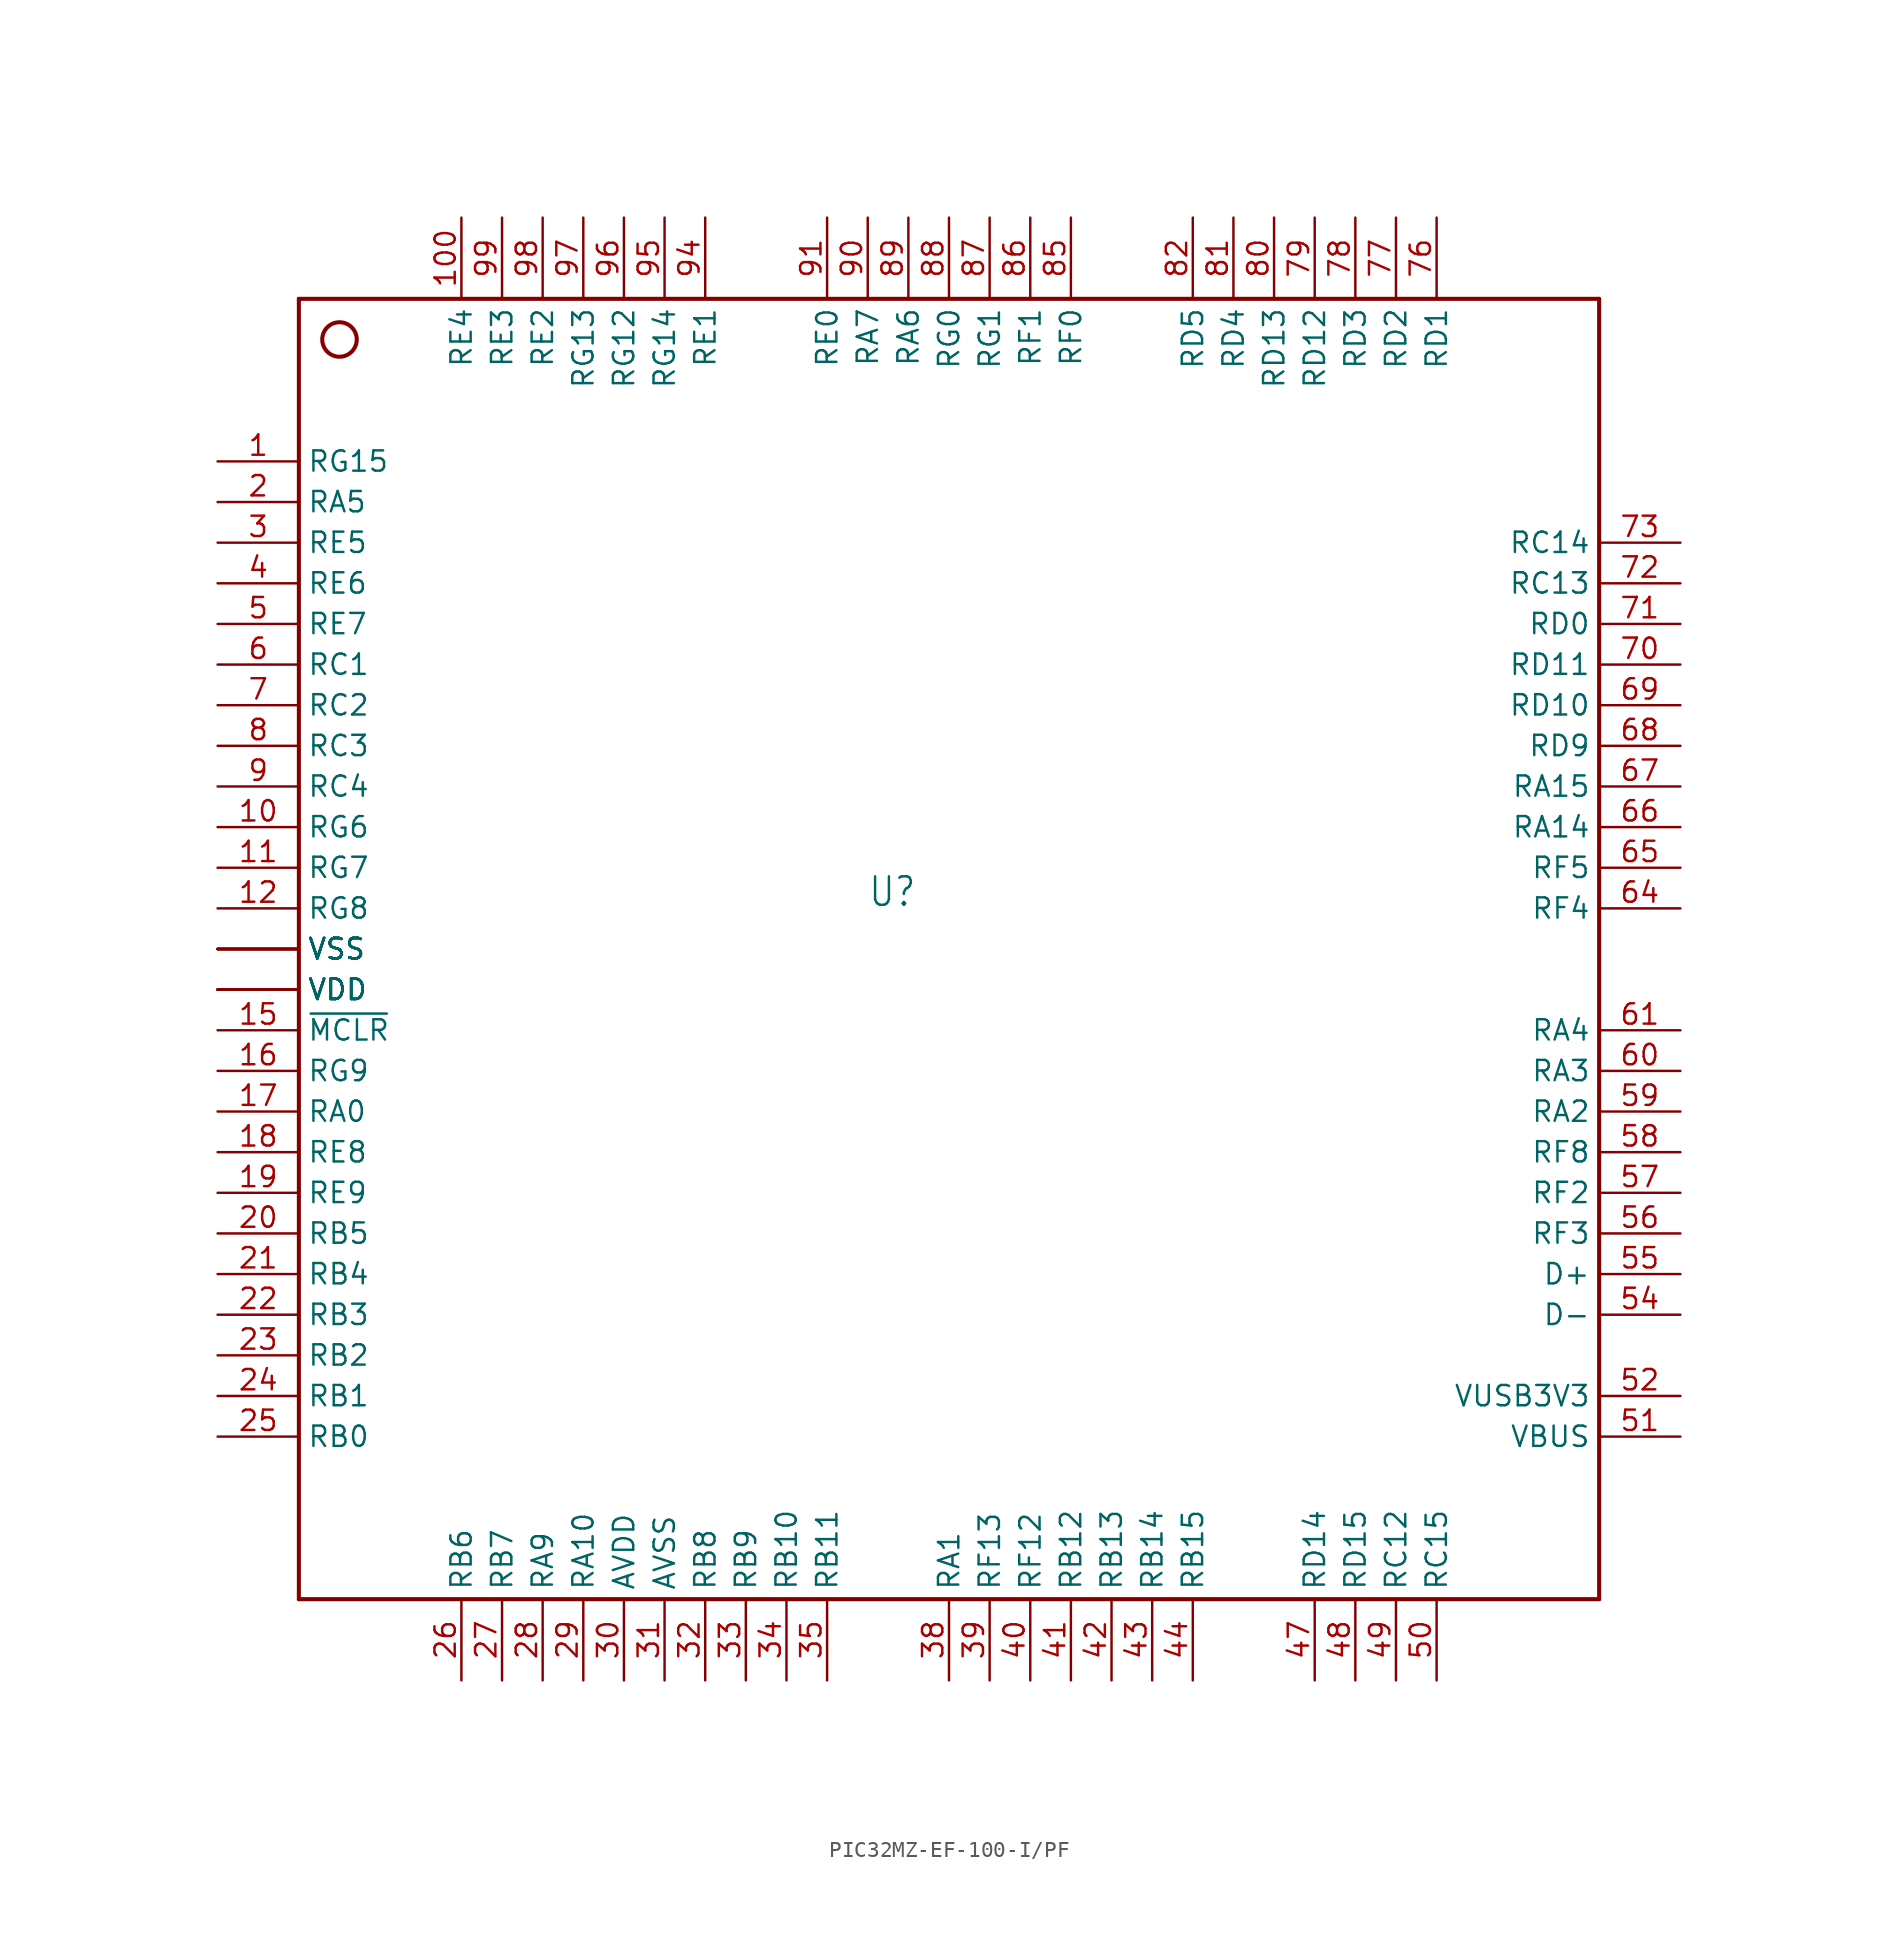
<source format=kicad_sym>
(kicad_symbol_lib
  (version 20231120)
  (generator "kicad_symbol_editor")
  (generator_version "8.0")
  (symbol "PIC32MZ-EF-100-I/PF"
    (property "Reference" "U"
      (at -5.08 2.54 0)
      (effects (font (size 1.778 1.511)) (justify left bottom)))
    (property "Value" ""
      (at -5.08 -5.08 0)
      (effects (font (size 1.778 1.511)) (justify left bottom)))
    (property "ki_locked" ""
      (at 0 0 0)
      (effects (font (size 1.27 1.27))))
    (symbol "PIC32MZ-EF-100-I/PF_1_0"
      (circle (center -38.1 38.1) (radius 1.078) (stroke (width 0.254) (type solid)) (fill (type none)))
      (polyline (pts (xy -40.64 -40.64) (xy -40.64 40.64)) (stroke (width 0.254) (type solid)) (fill (type none)))
      (polyline (pts (xy -40.64 40.64) (xy 40.64 40.64)) (stroke (width 0.254) (type solid)) (fill (type none)))
      (polyline (pts (xy 40.64 -40.64) (xy -40.64 -40.64)) (stroke (width 0.254) (type solid)) (fill (type none)))
      (polyline (pts (xy 40.64 40.64) (xy 40.64 -40.64)) (stroke (width 0.254) (type solid)) (fill (type none)))
      (pin bidirectional line (at -45.72 30.48 0) (length 5.08) (name "RG15" (effects (font (size 1.27 1.27)))) (number "1" (effects (font (size 1.27 1.27)))))
      (pin bidirectional line (at -45.72 7.62 0) (length 5.08) (name "RG6" (effects (font (size 1.27 1.27)))) (number "10" (effects (font (size 1.27 1.27)))))
      (pin bidirectional line (at -30.48 45.72 270) (length 5.08) (name "RE4" (effects (font (size 1.27 1.27)))) (number "100" (effects (font (size 1.27 1.27)))))
      (pin bidirectional line (at -45.72 5.08 0) (length 5.08) (name "RG7" (effects (font (size 1.27 1.27)))) (number "11" (effects (font (size 1.27 1.27)))))
      (pin bidirectional line (at -45.72 2.54 0) (length 5.08) (name "RG8" (effects (font (size 1.27 1.27)))) (number "12" (effects (font (size 1.27 1.27)))))
      (pin bidirectional line (at -45.72 0 0) (length 5.08) (name "VSS" (effects (font (size 1.27 1.27)))) (number "13" (effects (font (size 0 0)))))
      (pin bidirectional line (at -45.72 -2.54 0) (length 5.08) (name "VDD" (effects (font (size 1.27 1.27)))) (number "14" (effects (font (size 0 0)))))
      (pin bidirectional line (at -45.72 -5.08 0) (length 5.08) (name "~{MCLR}" (effects (font (size 1.27 1.27)))) (number "15" (effects (font (size 1.27 1.27)))))
      (pin bidirectional line (at -45.72 -7.62 0) (length 5.08) (name "RG9" (effects (font (size 1.27 1.27)))) (number "16" (effects (font (size 1.27 1.27)))))
      (pin bidirectional line (at -45.72 -10.16 0) (length 5.08) (name "RA0" (effects (font (size 1.27 1.27)))) (number "17" (effects (font (size 1.27 1.27)))))
      (pin bidirectional line (at -45.72 -12.7 0) (length 5.08) (name "RE8" (effects (font (size 1.27 1.27)))) (number "18" (effects (font (size 1.27 1.27)))))
      (pin bidirectional line (at -45.72 -15.24 0) (length 5.08) (name "RE9" (effects (font (size 1.27 1.27)))) (number "19" (effects (font (size 1.27 1.27)))))
      (pin bidirectional line (at -45.72 27.94 0) (length 5.08) (name "RA5" (effects (font (size 1.27 1.27)))) (number "2" (effects (font (size 1.27 1.27)))))
      (pin bidirectional line (at -45.72 -17.78 0) (length 5.08) (name "RB5" (effects (font (size 1.27 1.27)))) (number "20" (effects (font (size 1.27 1.27)))))
      (pin bidirectional line (at -45.72 -20.32 0) (length 5.08) (name "RB4" (effects (font (size 1.27 1.27)))) (number "21" (effects (font (size 1.27 1.27)))))
      (pin bidirectional line (at -45.72 -22.86 0) (length 5.08) (name "RB3" (effects (font (size 1.27 1.27)))) (number "22" (effects (font (size 1.27 1.27)))))
      (pin bidirectional line (at -45.72 -25.4 0) (length 5.08) (name "RB2" (effects (font (size 1.27 1.27)))) (number "23" (effects (font (size 1.27 1.27)))))
      (pin bidirectional line (at -45.72 -27.94 0) (length 5.08) (name "RB1" (effects (font (size 1.27 1.27)))) (number "24" (effects (font (size 1.27 1.27)))))
      (pin bidirectional line (at -45.72 -30.48 0) (length 5.08) (name "RB0" (effects (font (size 1.27 1.27)))) (number "25" (effects (font (size 1.27 1.27)))))
      (pin bidirectional line (at -30.48 -45.72 90) (length 5.08) (name "RB6" (effects (font (size 1.27 1.27)))) (number "26" (effects (font (size 1.27 1.27)))))
      (pin bidirectional line (at -27.94 -45.72 90) (length 5.08) (name "RB7" (effects (font (size 1.27 1.27)))) (number "27" (effects (font (size 1.27 1.27)))))
      (pin bidirectional line (at -25.4 -45.72 90) (length 5.08) (name "RA9" (effects (font (size 1.27 1.27)))) (number "28" (effects (font (size 1.27 1.27)))))
      (pin bidirectional line (at -22.86 -45.72 90) (length 5.08) (name "RA10" (effects (font (size 1.27 1.27)))) (number "29" (effects (font (size 1.27 1.27)))))
      (pin bidirectional line (at -45.72 25.4 0) (length 5.08) (name "RE5" (effects (font (size 1.27 1.27)))) (number "3" (effects (font (size 1.27 1.27)))))
      (pin bidirectional line (at -20.32 -45.72 90) (length 5.08) (name "AVDD" (effects (font (size 1.27 1.27)))) (number "30" (effects (font (size 1.27 1.27)))))
      (pin bidirectional line (at -17.78 -45.72 90) (length 5.08) (name "AVSS" (effects (font (size 1.27 1.27)))) (number "31" (effects (font (size 1.27 1.27)))))
      (pin bidirectional line (at -15.24 -45.72 90) (length 5.08) (name "RB8" (effects (font (size 1.27 1.27)))) (number "32" (effects (font (size 1.27 1.27)))))
      (pin bidirectional line (at -12.7 -45.72 90) (length 5.08) (name "RB9" (effects (font (size 1.27 1.27)))) (number "33" (effects (font (size 1.27 1.27)))))
      (pin bidirectional line (at -10.16 -45.72 90) (length 5.08) (name "RB10" (effects (font (size 1.27 1.27)))) (number "34" (effects (font (size 1.27 1.27)))))
      (pin bidirectional line (at -7.62 -45.72 90) (length 5.08) (name "RB11" (effects (font (size 1.27 1.27)))) (number "35" (effects (font (size 1.27 1.27)))))
      (pin bidirectional line (at -45.72 0 0) (length 5.08) (name "VSS" (effects (font (size 1.27 1.27)))) (number "36" (effects (font (size 0 0)))))
      (pin bidirectional line (at -45.72 -2.54 0) (length 5.08) (name "VDD" (effects (font (size 1.27 1.27)))) (number "37" (effects (font (size 0 0)))))
      (pin bidirectional line (at 0 -45.72 90) (length 5.08) (name "RA1" (effects (font (size 1.27 1.27)))) (number "38" (effects (font (size 1.27 1.27)))))
      (pin bidirectional line (at 2.54 -45.72 90) (length 5.08) (name "RF13" (effects (font (size 1.27 1.27)))) (number "39" (effects (font (size 1.27 1.27)))))
      (pin bidirectional line (at -45.72 22.86 0) (length 5.08) (name "RE6" (effects (font (size 1.27 1.27)))) (number "4" (effects (font (size 1.27 1.27)))))
      (pin bidirectional line (at 5.08 -45.72 90) (length 5.08) (name "RF12" (effects (font (size 1.27 1.27)))) (number "40" (effects (font (size 1.27 1.27)))))
      (pin bidirectional line (at 7.62 -45.72 90) (length 5.08) (name "RB12" (effects (font (size 1.27 1.27)))) (number "41" (effects (font (size 1.27 1.27)))))
      (pin bidirectional line (at 10.16 -45.72 90) (length 5.08) (name "RB13" (effects (font (size 1.27 1.27)))) (number "42" (effects (font (size 1.27 1.27)))))
      (pin bidirectional line (at 12.7 -45.72 90) (length 5.08) (name "RB14" (effects (font (size 1.27 1.27)))) (number "43" (effects (font (size 1.27 1.27)))))
      (pin bidirectional line (at 15.24 -45.72 90) (length 5.08) (name "RB15" (effects (font (size 1.27 1.27)))) (number "44" (effects (font (size 1.27 1.27)))))
      (pin bidirectional line (at -45.72 0 0) (length 5.08) (name "VSS" (effects (font (size 1.27 1.27)))) (number "45" (effects (font (size 0 0)))))
      (pin bidirectional line (at -45.72 -2.54 0) (length 5.08) (name "VDD" (effects (font (size 1.27 1.27)))) (number "46" (effects (font (size 0 0)))))
      (pin bidirectional line (at 22.86 -45.72 90) (length 5.08) (name "RD14" (effects (font (size 1.27 1.27)))) (number "47" (effects (font (size 1.27 1.27)))))
      (pin bidirectional line (at 25.4 -45.72 90) (length 5.08) (name "RD15" (effects (font (size 1.27 1.27)))) (number "48" (effects (font (size 1.27 1.27)))))
      (pin bidirectional line (at 27.94 -45.72 90) (length 5.08) (name "RC12" (effects (font (size 1.27 1.27)))) (number "49" (effects (font (size 1.27 1.27)))))
      (pin bidirectional line (at -45.72 20.32 0) (length 5.08) (name "RE7" (effects (font (size 1.27 1.27)))) (number "5" (effects (font (size 1.27 1.27)))))
      (pin bidirectional line (at 30.48 -45.72 90) (length 5.08) (name "RC15" (effects (font (size 1.27 1.27)))) (number "50" (effects (font (size 1.27 1.27)))))
      (pin bidirectional line (at 45.72 -30.48 180) (length 5.08) (name "VBUS" (effects (font (size 1.27 1.27)))) (number "51" (effects (font (size 1.27 1.27)))))
      (pin bidirectional line (at 45.72 -27.94 180) (length 5.08) (name "VUSB3V3" (effects (font (size 1.27 1.27)))) (number "52" (effects (font (size 1.27 1.27)))))
      (pin bidirectional line (at -45.72 0 0) (length 5.08) (name "VSS" (effects (font (size 1.27 1.27)))) (number "53" (effects (font (size 0 0)))))
      (pin bidirectional line (at 45.72 -22.86 180) (length 5.08) (name "D-" (effects (font (size 1.27 1.27)))) (number "54" (effects (font (size 1.27 1.27)))))
      (pin bidirectional line (at 45.72 -20.32 180) (length 5.08) (name "D+" (effects (font (size 1.27 1.27)))) (number "55" (effects (font (size 1.27 1.27)))))
      (pin bidirectional line (at 45.72 -17.78 180) (length 5.08) (name "RF3" (effects (font (size 1.27 1.27)))) (number "56" (effects (font (size 1.27 1.27)))))
      (pin bidirectional line (at 45.72 -15.24 180) (length 5.08) (name "RF2" (effects (font (size 1.27 1.27)))) (number "57" (effects (font (size 1.27 1.27)))))
      (pin bidirectional line (at 45.72 -12.7 180) (length 5.08) (name "RF8" (effects (font (size 1.27 1.27)))) (number "58" (effects (font (size 1.27 1.27)))))
      (pin bidirectional line (at 45.72 -10.16 180) (length 5.08) (name "RA2" (effects (font (size 1.27 1.27)))) (number "59" (effects (font (size 1.27 1.27)))))
      (pin bidirectional line (at -45.72 17.78 0) (length 5.08) (name "RC1" (effects (font (size 1.27 1.27)))) (number "6" (effects (font (size 1.27 1.27)))))
      (pin bidirectional line (at 45.72 -7.62 180) (length 5.08) (name "RA3" (effects (font (size 1.27 1.27)))) (number "60" (effects (font (size 1.27 1.27)))))
      (pin bidirectional line (at 45.72 -5.08 180) (length 5.08) (name "RA4" (effects (font (size 1.27 1.27)))) (number "61" (effects (font (size 1.27 1.27)))))
      (pin bidirectional line (at -45.72 -2.54 0) (length 5.08) (name "VDD" (effects (font (size 1.27 1.27)))) (number "62" (effects (font (size 0 0)))))
      (pin bidirectional line (at -45.72 0 0) (length 5.08) (name "VSS" (effects (font (size 1.27 1.27)))) (number "63" (effects (font (size 0 0)))))
      (pin bidirectional line (at 45.72 2.54 180) (length 5.08) (name "RF4" (effects (font (size 1.27 1.27)))) (number "64" (effects (font (size 1.27 1.27)))))
      (pin bidirectional line (at 45.72 5.08 180) (length 5.08) (name "RF5" (effects (font (size 1.27 1.27)))) (number "65" (effects (font (size 1.27 1.27)))))
      (pin bidirectional line (at 45.72 7.62 180) (length 5.08) (name "RA14" (effects (font (size 1.27 1.27)))) (number "66" (effects (font (size 1.27 1.27)))))
      (pin bidirectional line (at 45.72 10.16 180) (length 5.08) (name "RA15" (effects (font (size 1.27 1.27)))) (number "67" (effects (font (size 1.27 1.27)))))
      (pin bidirectional line (at 45.72 12.7 180) (length 5.08) (name "RD9" (effects (font (size 1.27 1.27)))) (number "68" (effects (font (size 1.27 1.27)))))
      (pin bidirectional line (at 45.72 15.24 180) (length 5.08) (name "RD10" (effects (font (size 1.27 1.27)))) (number "69" (effects (font (size 1.27 1.27)))))
      (pin bidirectional line (at -45.72 15.24 0) (length 5.08) (name "RC2" (effects (font (size 1.27 1.27)))) (number "7" (effects (font (size 1.27 1.27)))))
      (pin bidirectional line (at 45.72 17.78 180) (length 5.08) (name "RD11" (effects (font (size 1.27 1.27)))) (number "70" (effects (font (size 1.27 1.27)))))
      (pin bidirectional line (at 45.72 20.32 180) (length 5.08) (name "RD0" (effects (font (size 1.27 1.27)))) (number "71" (effects (font (size 1.27 1.27)))))
      (pin bidirectional line (at 45.72 22.86 180) (length 5.08) (name "RC13" (effects (font (size 1.27 1.27)))) (number "72" (effects (font (size 1.27 1.27)))))
      (pin bidirectional line (at 45.72 25.4 180) (length 5.08) (name "RC14" (effects (font (size 1.27 1.27)))) (number "73" (effects (font (size 1.27 1.27)))))
      (pin bidirectional line (at -45.72 -2.54 0) (length 5.08) (name "VDD" (effects (font (size 1.27 1.27)))) (number "74" (effects (font (size 0 0)))))
      (pin bidirectional line (at -45.72 0 0) (length 5.08) (name "VSS" (effects (font (size 1.27 1.27)))) (number "75" (effects (font (size 0 0)))))
      (pin bidirectional line (at 30.48 45.72 270) (length 5.08) (name "RD1" (effects (font (size 1.27 1.27)))) (number "76" (effects (font (size 1.27 1.27)))))
      (pin bidirectional line (at 27.94 45.72 270) (length 5.08) (name "RD2" (effects (font (size 1.27 1.27)))) (number "77" (effects (font (size 1.27 1.27)))))
      (pin bidirectional line (at 25.4 45.72 270) (length 5.08) (name "RD3" (effects (font (size 1.27 1.27)))) (number "78" (effects (font (size 1.27 1.27)))))
      (pin bidirectional line (at 22.86 45.72 270) (length 5.08) (name "RD12" (effects (font (size 1.27 1.27)))) (number "79" (effects (font (size 1.27 1.27)))))
      (pin bidirectional line (at -45.72 12.7 0) (length 5.08) (name "RC3" (effects (font (size 1.27 1.27)))) (number "8" (effects (font (size 1.27 1.27)))))
      (pin bidirectional line (at 20.32 45.72 270) (length 5.08) (name "RD13" (effects (font (size 1.27 1.27)))) (number "80" (effects (font (size 1.27 1.27)))))
      (pin bidirectional line (at 17.78 45.72 270) (length 5.08) (name "RD4" (effects (font (size 1.27 1.27)))) (number "81" (effects (font (size 1.27 1.27)))))
      (pin bidirectional line (at 15.24 45.72 270) (length 5.08) (name "RD5" (effects (font (size 1.27 1.27)))) (number "82" (effects (font (size 1.27 1.27)))))
      (pin bidirectional line (at -45.72 -2.54 0) (length 5.08) (name "VDD" (effects (font (size 1.27 1.27)))) (number "83" (effects (font (size 0 0)))))
      (pin bidirectional line (at -45.72 0 0) (length 5.08) (name "VSS" (effects (font (size 1.27 1.27)))) (number "84" (effects (font (size 0 0)))))
      (pin bidirectional line (at 7.62 45.72 270) (length 5.08) (name "RF0" (effects (font (size 1.27 1.27)))) (number "85" (effects (font (size 1.27 1.27)))))
      (pin bidirectional line (at 5.08 45.72 270) (length 5.08) (name "RF1" (effects (font (size 1.27 1.27)))) (number "86" (effects (font (size 1.27 1.27)))))
      (pin bidirectional line (at 2.54 45.72 270) (length 5.08) (name "RG1" (effects (font (size 1.27 1.27)))) (number "87" (effects (font (size 1.27 1.27)))))
      (pin bidirectional line (at 0 45.72 270) (length 5.08) (name "RG0" (effects (font (size 1.27 1.27)))) (number "88" (effects (font (size 1.27 1.27)))))
      (pin bidirectional line (at -2.54 45.72 270) (length 5.08) (name "RA6" (effects (font (size 1.27 1.27)))) (number "89" (effects (font (size 1.27 1.27)))))
      (pin bidirectional line (at -45.72 10.16 0) (length 5.08) (name "RC4" (effects (font (size 1.27 1.27)))) (number "9" (effects (font (size 1.27 1.27)))))
      (pin bidirectional line (at -5.08 45.72 270) (length 5.08) (name "RA7" (effects (font (size 1.27 1.27)))) (number "90" (effects (font (size 1.27 1.27)))))
      (pin bidirectional line (at -7.62 45.72 270) (length 5.08) (name "RE0" (effects (font (size 1.27 1.27)))) (number "91" (effects (font (size 1.27 1.27)))))
      (pin bidirectional line (at -45.72 0 0) (length 5.08) (name "VSS" (effects (font (size 1.27 1.27)))) (number "92" (effects (font (size 0 0)))))
      (pin bidirectional line (at -45.72 -2.54 0) (length 5.08) (name "VDD" (effects (font (size 1.27 1.27)))) (number "93" (effects (font (size 0 0)))))
      (pin bidirectional line (at -15.24 45.72 270) (length 5.08) (name "RE1" (effects (font (size 1.27 1.27)))) (number "94" (effects (font (size 1.27 1.27)))))
      (pin bidirectional line (at -17.78 45.72 270) (length 5.08) (name "RG14" (effects (font (size 1.27 1.27)))) (number "95" (effects (font (size 1.27 1.27)))))
      (pin bidirectional line (at -20.32 45.72 270) (length 5.08) (name "RG12" (effects (font (size 1.27 1.27)))) (number "96" (effects (font (size 1.27 1.27)))))
      (pin bidirectional line (at -22.86 45.72 270) (length 5.08) (name "RG13" (effects (font (size 1.27 1.27)))) (number "97" (effects (font (size 1.27 1.27)))))
      (pin bidirectional line (at -25.4 45.72 270) (length 5.08) (name "RE2" (effects (font (size 1.27 1.27)))) (number "98" (effects (font (size 1.27 1.27)))))
      (pin bidirectional line (at -27.94 45.72 270) (length 5.08) (name "RE3" (effects (font (size 1.27 1.27)))) (number "99" (effects (font (size 1.27 1.27))))))))
</source>
